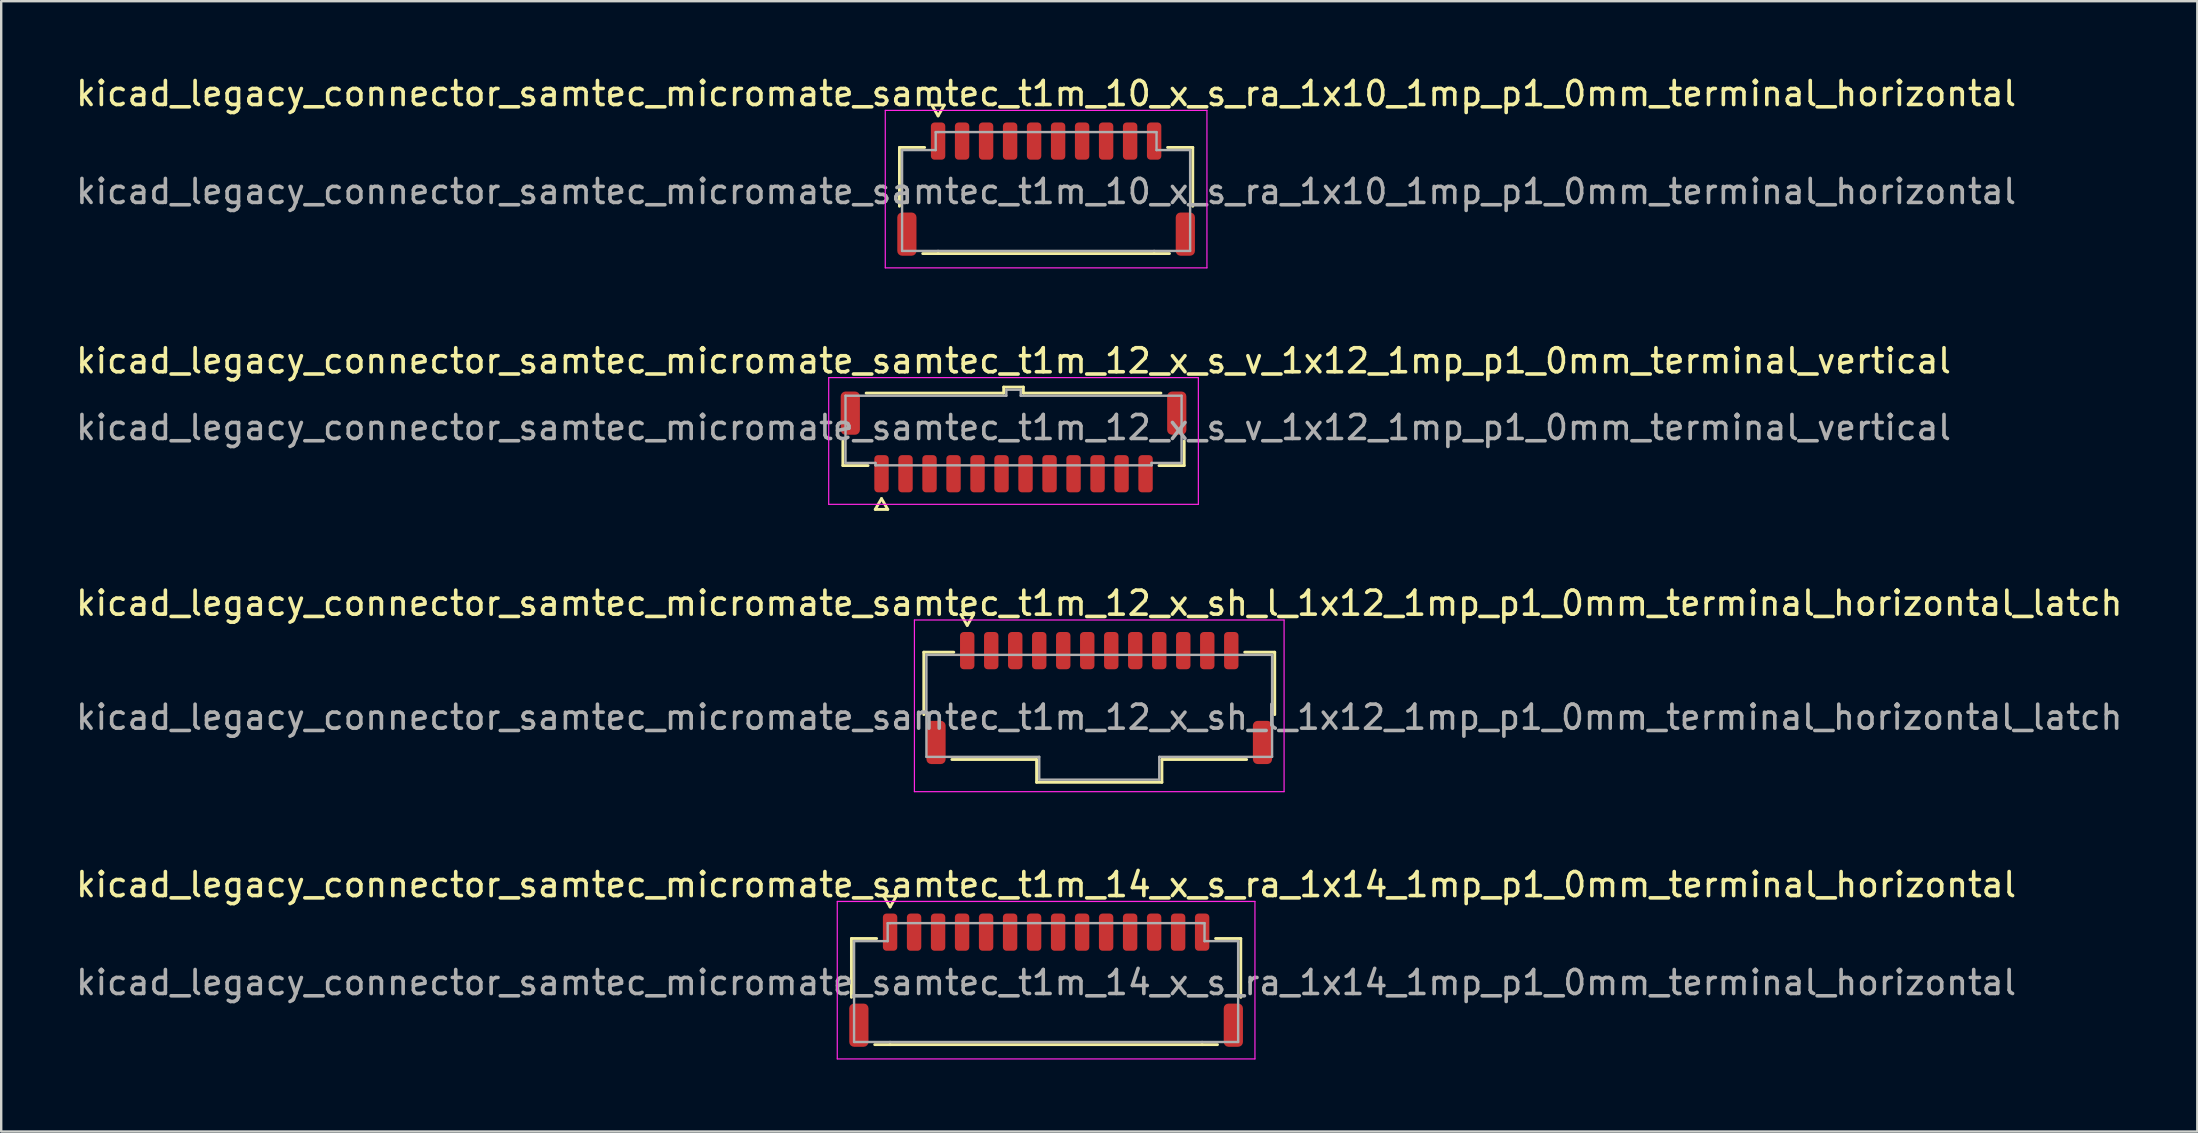
<source format=kicad_pcb>
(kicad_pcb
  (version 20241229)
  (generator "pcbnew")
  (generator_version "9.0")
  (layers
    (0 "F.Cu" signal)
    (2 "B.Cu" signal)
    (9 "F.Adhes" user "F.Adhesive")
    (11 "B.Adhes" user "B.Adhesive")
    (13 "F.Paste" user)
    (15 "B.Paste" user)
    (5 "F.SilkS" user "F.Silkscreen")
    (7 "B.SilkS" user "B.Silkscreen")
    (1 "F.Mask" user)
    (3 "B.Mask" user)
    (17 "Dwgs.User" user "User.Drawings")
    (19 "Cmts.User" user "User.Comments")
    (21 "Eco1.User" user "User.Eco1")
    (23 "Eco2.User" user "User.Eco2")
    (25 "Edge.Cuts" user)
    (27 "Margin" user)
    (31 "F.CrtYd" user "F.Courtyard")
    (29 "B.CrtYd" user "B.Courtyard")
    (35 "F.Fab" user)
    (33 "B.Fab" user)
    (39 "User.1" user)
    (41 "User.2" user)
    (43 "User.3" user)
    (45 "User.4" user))
  (footprint "kicad_legacy_connector_samtec_micromate_samtec_t1m_12_x_s_v_1x12_1mp_p1_0mm_terminal_vertical"
    (layer "F.Cu")
    (at 39.173 14.761)
    (property "Reference" "kicad_legacy_connector_samtec_micromate_samtec_t1m_12_x_s_v_1x12_1mp_p1_0mm_terminal_vertical" (at 0 -2.78 0) (layer "F.SilkS") (effects (font (size 1 1) (thickness 0.15))))
    (attr smd)
    (fp_line (start -7.11 1.585) (end -7.11 0.56) (stroke (width 0.12) (type solid)) (layer "F.SilkS"))
    (fp_line (start -6.14 -1.435) (end -0.41 -1.435) (stroke (width 0.12) (type solid)) (layer "F.SilkS"))
    (fp_line (start -6.06 1.585) (end -7.11 1.585) (stroke (width 0.12) (type solid)) (layer "F.SilkS"))
    (fp_line (start -5.76 3.41) (end -5.5 2.96) (stroke (width 0.12) (type solid)) (layer "F.SilkS"))
    (fp_line (start -5.5 2.96) (end -5.24 3.41) (stroke (width 0.12) (type solid)) (layer "F.SilkS"))
    (fp_line (start -5.24 3.41) (end -5.76 3.41) (stroke (width 0.12) (type solid)) (layer "F.SilkS"))
    (fp_line (start -0.41 -1.685) (end 0.41 -1.685) (stroke (width 0.12) (type solid)) (layer "F.SilkS"))
    (fp_line (start -0.41 -1.435) (end -0.41 -1.685) (stroke (width 0.12) (type solid)) (layer "F.SilkS"))
    (fp_line (start 0.41 -1.685) (end 0.41 -1.435) (stroke (width 0.12) (type solid)) (layer "F.SilkS"))
    (fp_line (start 0.41 -1.435) (end 6.14 -1.435) (stroke (width 0.12) (type solid)) (layer "F.SilkS"))
    (fp_line (start 7.11 0.56) (end 7.11 1.585) (stroke (width 0.12) (type solid)) (layer "F.SilkS"))
    (fp_line (start 7.11 1.585) (end 6.06 1.585) (stroke (width 0.12) (type solid)) (layer "F.SilkS"))
    (fp_line (start -7.7 -2.08) (end -7.7 3.2) (stroke (width 0.05) (type solid)) (layer "F.CrtYd"))
    (fp_line (start -7.7 3.2) (end 7.7 3.2) (stroke (width 0.05) (type solid)) (layer "F.CrtYd"))
    (fp_line (start 7.7 -2.08) (end -7.7 -2.08) (stroke (width 0.05) (type solid)) (layer "F.CrtYd"))
    (fp_line (start 7.7 3.2) (end 7.7 -2.08) (stroke (width 0.05) (type solid)) (layer "F.CrtYd"))
    (fp_line (start -7 -1.325) (end -0.3 -1.325) (stroke (width 0.1) (type solid)) (layer "F.Fab"))
    (fp_line (start -7 1.475) (end -7 -1.325) (stroke (width 0.1) (type solid)) (layer "F.Fab"))
    (fp_line (start -5.75 1.475) (end -7 1.475) (stroke (width 0.1) (type solid)) (layer "F.Fab"))
    (fp_line (start -5.75 1.575) (end -5.75 1.475) (stroke (width 0.1) (type solid)) (layer "F.Fab"))
    (fp_line (start -0.3 -1.575) (end 0.3 -1.575) (stroke (width 0.1) (type solid)) (layer "F.Fab"))
    (fp_line (start -0.3 -1.325) (end -0.3 -1.575) (stroke (width 0.1) (type solid)) (layer "F.Fab"))
    (fp_line (start 0.3 -1.575) (end 0.3 -1.325) (stroke (width 0.1) (type solid)) (layer "F.Fab"))
    (fp_line (start 0.3 -1.325) (end 7 -1.325) (stroke (width 0.1) (type solid)) (layer "F.Fab"))
    (fp_line (start 5.75 1.475) (end 5.75 1.575) (stroke (width 0.1) (type solid)) (layer "F.Fab"))
    (fp_line (start 5.75 1.575) (end -5.75 1.575) (stroke (width 0.1) (type solid)) (layer "F.Fab"))
    (fp_line (start 7 -1.325) (end 7 1.475) (stroke (width 0.1) (type solid)) (layer "F.Fab"))
    (fp_line (start 7 1.475) (end 5.75 1.475) (stroke (width 0.1) (type solid)) (layer "F.Fab"))
    (fp_text user "${REFERENCE}" (at 0 0 0) (layer "F.Fab") (effects (font (size 1 1) (thickness 0.15))))
    (pad "1" smd roundrect (at -5.5 1.925) (size 0.6 1.55) (layers "F.Cu" "F.Mask" "F.Paste") (roundrect_rratio 0.25))
    (pad "2" smd roundrect (at -4.5 1.925) (size 0.6 1.55) (layers "F.Cu" "F.Mask" "F.Paste") (roundrect_rratio 0.25))
    (pad "3" smd roundrect (at -3.5 1.925) (size 0.6 1.55) (layers "F.Cu" "F.Mask" "F.Paste") (roundrect_rratio 0.25))
    (pad "4" smd roundrect (at -2.5 1.925) (size 0.6 1.55) (layers "F.Cu" "F.Mask" "F.Paste") (roundrect_rratio 0.25))
    (pad "5" smd roundrect (at -1.5 1.925) (size 0.6 1.55) (layers "F.Cu" "F.Mask" "F.Paste") (roundrect_rratio 0.25))
    (pad "6" smd roundrect (at -0.5 1.925) (size 0.6 1.55) (layers "F.Cu" "F.Mask" "F.Paste") (roundrect_rratio 0.25))
    (pad "7" smd roundrect (at 0.5 1.925) (size 0.6 1.55) (layers "F.Cu" "F.Mask" "F.Paste") (roundrect_rratio 0.25))
    (pad "8" smd roundrect (at 1.5 1.925) (size 0.6 1.55) (layers "F.Cu" "F.Mask" "F.Paste") (roundrect_rratio 0.25))
    (pad "9" smd roundrect (at 2.5 1.925) (size 0.6 1.55) (layers "F.Cu" "F.Mask" "F.Paste") (roundrect_rratio 0.25))
    (pad "10" smd roundrect (at 3.5 1.925) (size 0.6 1.55) (layers "F.Cu" "F.Mask" "F.Paste") (roundrect_rratio 0.25))
    (pad "11" smd roundrect (at 4.5 1.925) (size 0.6 1.55) (layers "F.Cu" "F.Mask" "F.Paste") (roundrect_rratio 0.25))
    (pad "12" smd roundrect (at 5.5 1.925) (size 0.6 1.55) (layers "F.Cu" "F.Mask" "F.Paste") (roundrect_rratio 0.25))
    (pad "MP" smd roundrect (at -6.8 -0.6) (size 0.8 1.8) (layers "F.Cu" "F.Mask" "F.Paste") (roundrect_rratio 0.25))
    (pad "MP" smd roundrect (at 6.8 -0.6) (size 0.8 1.8) (layers "F.Cu" "F.Mask" "F.Paste") (roundrect_rratio 0.25)))
  (footprint "kicad_legacy_connector_samtec_micromate_samtec_t1m_14_x_s_ra_1x14_1mp_p1_0mm_terminal_horizontal"
    (layer "F.Cu")
    (at 40.53 37.883)
    (property "Reference" "kicad_legacy_connector_samtec_micromate_samtec_t1m_14_x_s_ra_1x14_1mp_p1_0mm_terminal_horizontal" (at 0 -4.08 0) (layer "F.SilkS") (effects (font (size 1 1) (thickness 0.15))))
    (attr smd)
    (fp_line (start -8.11 -1.835) (end -7.06 -1.835) (stroke (width 0.12) (type solid)) (layer "F.SilkS"))
    (fp_line (start -8.11 0.615) (end -8.11 -1.835) (stroke (width 0.12) (type solid)) (layer "F.SilkS"))
    (fp_line (start -6.76 -3.6) (end -6.5 -3.15) (stroke (width 0.12) (type solid)) (layer "F.SilkS"))
    (fp_line (start -6.5 -3.15) (end -6.24 -3.6) (stroke (width 0.12) (type solid)) (layer "F.SilkS"))
    (fp_line (start -6.5 2.585) (end -7.14 2.585) (stroke (width 0.12) (type solid)) (layer "F.SilkS"))
    (fp_line (start -6.24 -3.6) (end -6.76 -3.6) (stroke (width 0.12) (type solid)) (layer "F.SilkS"))
    (fp_line (start 6.5 2.585) (end -6.5 2.585) (stroke (width 0.12) (type solid)) (layer "F.SilkS"))
    (fp_line (start 7.06 -1.835) (end 8.11 -1.835) (stroke (width 0.12) (type solid)) (layer "F.SilkS"))
    (fp_line (start 7.14 2.585) (end 6.5 2.585) (stroke (width 0.12) (type solid)) (layer "F.SilkS"))
    (fp_line (start 8.11 -1.835) (end 8.11 0.615) (stroke (width 0.12) (type solid)) (layer "F.SilkS"))
    (fp_line (start -8.7 -3.38) (end -8.7 3.18) (stroke (width 0.05) (type solid)) (layer "F.CrtYd"))
    (fp_line (start -8.7 3.18) (end 8.7 3.18) (stroke (width 0.05) (type solid)) (layer "F.CrtYd"))
    (fp_line (start 8.7 -3.38) (end -8.7 -3.38) (stroke (width 0.05) (type solid)) (layer "F.CrtYd"))
    (fp_line (start 8.7 3.18) (end 8.7 -3.38) (stroke (width 0.05) (type solid)) (layer "F.CrtYd"))
    (fp_line (start -8 -1.725) (end -6.6 -1.725) (stroke (width 0.1) (type solid)) (layer "F.Fab"))
    (fp_line (start -8 2.475) (end -8 -1.725) (stroke (width 0.1) (type solid)) (layer "F.Fab"))
    (fp_line (start -6.6 -2.475) (end -6.5 -2.475) (stroke (width 0.1) (type solid)) (layer "F.Fab"))
    (fp_line (start -6.6 -1.725) (end -6.6 -2.475) (stroke (width 0.1) (type solid)) (layer "F.Fab"))
    (fp_line (start -6.5 -2.475) (end 6.5 -2.475) (stroke (width 0.1) (type solid)) (layer "F.Fab"))
    (fp_line (start -6.5 2.475) (end -8 2.475) (stroke (width 0.1) (type solid)) (layer "F.Fab"))
    (fp_line (start 6.5 -2.475) (end 6.6 -2.475) (stroke (width 0.1) (type solid)) (layer "F.Fab"))
    (fp_line (start 6.5 2.475) (end -6.5 2.475) (stroke (width 0.1) (type solid)) (layer "F.Fab"))
    (fp_line (start 6.6 -2.475) (end 6.6 -1.725) (stroke (width 0.1) (type solid)) (layer "F.Fab"))
    (fp_line (start 6.6 -1.725) (end 8 -1.725) (stroke (width 0.1) (type solid)) (layer "F.Fab"))
    (fp_line (start 8 -1.725) (end 8 2.475) (stroke (width 0.1) (type solid)) (layer "F.Fab"))
    (fp_line (start 8 2.475) (end 6.5 2.475) (stroke (width 0.1) (type solid)) (layer "F.Fab"))
    (fp_text user "${REFERENCE}" (at 0 0 0) (layer "F.Fab") (effects (font (size 1 1) (thickness 0.15))))
    (pad "1" smd roundrect (at -6.5 -2.1) (size 0.6 1.55) (layers "F.Cu" "F.Mask" "F.Paste") (roundrect_rratio 0.25))
    (pad "2" smd roundrect (at -5.5 -2.1) (size 0.6 1.55) (layers "F.Cu" "F.Mask" "F.Paste") (roundrect_rratio 0.25))
    (pad "3" smd roundrect (at -4.5 -2.1) (size 0.6 1.55) (layers "F.Cu" "F.Mask" "F.Paste") (roundrect_rratio 0.25))
    (pad "4" smd roundrect (at -3.5 -2.1) (size 0.6 1.55) (layers "F.Cu" "F.Mask" "F.Paste") (roundrect_rratio 0.25))
    (pad "5" smd roundrect (at -2.5 -2.1) (size 0.6 1.55) (layers "F.Cu" "F.Mask" "F.Paste") (roundrect_rratio 0.25))
    (pad "6" smd roundrect (at -1.5 -2.1) (size 0.6 1.55) (layers "F.Cu" "F.Mask" "F.Paste") (roundrect_rratio 0.25))
    (pad "7" smd roundrect (at -0.5 -2.1) (size 0.6 1.55) (layers "F.Cu" "F.Mask" "F.Paste") (roundrect_rratio 0.25))
    (pad "8" smd roundrect (at 0.5 -2.1) (size 0.6 1.55) (layers "F.Cu" "F.Mask" "F.Paste") (roundrect_rratio 0.25))
    (pad "9" smd roundrect (at 1.5 -2.1) (size 0.6 1.55) (layers "F.Cu" "F.Mask" "F.Paste") (roundrect_rratio 0.25))
    (pad "10" smd roundrect (at 2.5 -2.1) (size 0.6 1.55) (layers "F.Cu" "F.Mask" "F.Paste") (roundrect_rratio 0.25))
    (pad "11" smd roundrect (at 3.5 -2.1) (size 0.6 1.55) (layers "F.Cu" "F.Mask" "F.Paste") (roundrect_rratio 0.25))
    (pad "12" smd roundrect (at 4.5 -2.1) (size 0.6 1.55) (layers "F.Cu" "F.Mask" "F.Paste") (roundrect_rratio 0.25))
    (pad "13" smd roundrect (at 5.5 -2.1) (size 0.6 1.55) (layers "F.Cu" "F.Mask" "F.Paste") (roundrect_rratio 0.25))
    (pad "14" smd roundrect (at 6.5 -2.1) (size 0.6 1.55) (layers "F.Cu" "F.Mask" "F.Paste") (roundrect_rratio 0.25))
    (pad "MP" smd roundrect (at -7.8 1.775) (size 0.8 1.8) (layers "F.Cu" "F.Mask" "F.Paste") (roundrect_rratio 0.25))
    (pad "MP" smd roundrect (at 7.8 1.775) (size 0.8 1.8) (layers "F.Cu" "F.Mask" "F.Paste") (roundrect_rratio 0.25)))
  (footprint "kicad_legacy_connector_samtec_micromate_samtec_t1m_10_x_s_ra_1x10_1mp_p1_0mm_terminal_horizontal"
    (layer "F.Cu")
    (at 40.53 4.928)
    (property "Reference" "kicad_legacy_connector_samtec_micromate_samtec_t1m_10_x_s_ra_1x10_1mp_p1_0mm_terminal_horizontal" (at 0 -4.08 0) (layer "F.SilkS") (effects (font (size 1 1) (thickness 0.15))))
    (attr smd)
    (fp_line (start -6.11 -1.835) (end -5.06 -1.835) (stroke (width 0.12) (type solid)) (layer "F.SilkS"))
    (fp_line (start -6.11 0.615) (end -6.11 -1.835) (stroke (width 0.12) (type solid)) (layer "F.SilkS"))
    (fp_line (start -4.76 -3.6) (end -4.5 -3.15) (stroke (width 0.12) (type solid)) (layer "F.SilkS"))
    (fp_line (start -4.5 -3.15) (end -4.24 -3.6) (stroke (width 0.12) (type solid)) (layer "F.SilkS"))
    (fp_line (start -4.5 2.585) (end -5.14 2.585) (stroke (width 0.12) (type solid)) (layer "F.SilkS"))
    (fp_line (start -4.24 -3.6) (end -4.76 -3.6) (stroke (width 0.12) (type solid)) (layer "F.SilkS"))
    (fp_line (start 4.5 2.585) (end -4.5 2.585) (stroke (width 0.12) (type solid)) (layer "F.SilkS"))
    (fp_line (start 5.06 -1.835) (end 6.11 -1.835) (stroke (width 0.12) (type solid)) (layer "F.SilkS"))
    (fp_line (start 5.14 2.585) (end 4.5 2.585) (stroke (width 0.12) (type solid)) (layer "F.SilkS"))
    (fp_line (start 6.11 -1.835) (end 6.11 0.615) (stroke (width 0.12) (type solid)) (layer "F.SilkS"))
    (fp_line (start -6.7 -3.38) (end -6.7 3.18) (stroke (width 0.05) (type solid)) (layer "F.CrtYd"))
    (fp_line (start -6.7 3.18) (end 6.7 3.18) (stroke (width 0.05) (type solid)) (layer "F.CrtYd"))
    (fp_line (start 6.7 -3.38) (end -6.7 -3.38) (stroke (width 0.05) (type solid)) (layer "F.CrtYd"))
    (fp_line (start 6.7 3.18) (end 6.7 -3.38) (stroke (width 0.05) (type solid)) (layer "F.CrtYd"))
    (fp_line (start -6 -1.725) (end -4.6 -1.725) (stroke (width 0.1) (type solid)) (layer "F.Fab"))
    (fp_line (start -6 2.475) (end -6 -1.725) (stroke (width 0.1) (type solid)) (layer "F.Fab"))
    (fp_line (start -4.6 -2.475) (end -4.5 -2.475) (stroke (width 0.1) (type solid)) (layer "F.Fab"))
    (fp_line (start -4.6 -1.725) (end -4.6 -2.475) (stroke (width 0.1) (type solid)) (layer "F.Fab"))
    (fp_line (start -4.5 -2.475) (end 4.5 -2.475) (stroke (width 0.1) (type solid)) (layer "F.Fab"))
    (fp_line (start -4.5 2.475) (end -6 2.475) (stroke (width 0.1) (type solid)) (layer "F.Fab"))
    (fp_line (start 4.5 -2.475) (end 4.6 -2.475) (stroke (width 0.1) (type solid)) (layer "F.Fab"))
    (fp_line (start 4.5 2.475) (end -4.5 2.475) (stroke (width 0.1) (type solid)) (layer "F.Fab"))
    (fp_line (start 4.6 -2.475) (end 4.6 -1.725) (stroke (width 0.1) (type solid)) (layer "F.Fab"))
    (fp_line (start 4.6 -1.725) (end 6 -1.725) (stroke (width 0.1) (type solid)) (layer "F.Fab"))
    (fp_line (start 6 -1.725) (end 6 2.475) (stroke (width 0.1) (type solid)) (layer "F.Fab"))
    (fp_line (start 6 2.475) (end 4.5 2.475) (stroke (width 0.1) (type solid)) (layer "F.Fab"))
    (fp_text user "${REFERENCE}" (at 0 0 0) (layer "F.Fab") (effects (font (size 1 1) (thickness 0.15))))
    (pad "1" smd roundrect (at -4.5 -2.1) (size 0.6 1.55) (layers "F.Cu" "F.Mask" "F.Paste") (roundrect_rratio 0.25))
    (pad "2" smd roundrect (at -3.5 -2.1) (size 0.6 1.55) (layers "F.Cu" "F.Mask" "F.Paste") (roundrect_rratio 0.25))
    (pad "3" smd roundrect (at -2.5 -2.1) (size 0.6 1.55) (layers "F.Cu" "F.Mask" "F.Paste") (roundrect_rratio 0.25))
    (pad "4" smd roundrect (at -1.5 -2.1) (size 0.6 1.55) (layers "F.Cu" "F.Mask" "F.Paste") (roundrect_rratio 0.25))
    (pad "5" smd roundrect (at -0.5 -2.1) (size 0.6 1.55) (layers "F.Cu" "F.Mask" "F.Paste") (roundrect_rratio 0.25))
    (pad "6" smd roundrect (at 0.5 -2.1) (size 0.6 1.55) (layers "F.Cu" "F.Mask" "F.Paste") (roundrect_rratio 0.25))
    (pad "7" smd roundrect (at 1.5 -2.1) (size 0.6 1.55) (layers "F.Cu" "F.Mask" "F.Paste") (roundrect_rratio 0.25))
    (pad "8" smd roundrect (at 2.5 -2.1) (size 0.6 1.55) (layers "F.Cu" "F.Mask" "F.Paste") (roundrect_rratio 0.25))
    (pad "9" smd roundrect (at 3.5 -2.1) (size 0.6 1.55) (layers "F.Cu" "F.Mask" "F.Paste") (roundrect_rratio 0.25))
    (pad "10" smd roundrect (at 4.5 -2.1) (size 0.6 1.55) (layers "F.Cu" "F.Mask" "F.Paste") (roundrect_rratio 0.25))
    (pad "MP" smd roundrect (at -5.8 1.775) (size 0.8 1.8) (layers "F.Cu" "F.Mask" "F.Paste") (roundrect_rratio 0.25))
    (pad "MP" smd roundrect (at 5.8 1.775) (size 0.8 1.8) (layers "F.Cu" "F.Mask" "F.Paste") (roundrect_rratio 0.25)))
  (footprint "kicad_legacy_connector_samtec_micromate_samtec_t1m_12_x_sh_l_1x12_1mp_p1_0mm_terminal_horizontal_latch"
    (layer "F.Cu")
    (at 42.744 26.83)
    (property "Reference" "kicad_legacy_connector_samtec_micromate_samtec_t1m_12_x_sh_l_1x12_1mp_p1_0mm_terminal_horizontal_latch" (at 0 -4.75 0) (layer "F.SilkS") (effects (font (size 1 1) (thickness 0.15))))
    (attr smd)
    (fp_line (start -7.31 -2.71) (end -6.06 -2.71) (stroke (width 0.12) (type solid)) (layer "F.SilkS"))
    (fp_line (start -7.31 -0.11) (end -7.31 -2.71) (stroke (width 0.12) (type solid)) (layer "F.SilkS"))
    (fp_line (start -5.76 -4.275) (end -5.5 -3.825) (stroke (width 0.12) (type solid)) (layer "F.SilkS"))
    (fp_line (start -5.5 -3.825) (end -5.24 -4.275) (stroke (width 0.12) (type solid)) (layer "F.SilkS"))
    (fp_line (start -5.24 -4.275) (end -5.76 -4.275) (stroke (width 0.12) (type solid)) (layer "F.SilkS"))
    (fp_line (start -2.61 1.76) (end -6.14 1.76) (stroke (width 0.12) (type solid)) (layer "F.SilkS"))
    (fp_line (start -2.61 2.71) (end -2.61 1.76) (stroke (width 0.12) (type solid)) (layer "F.SilkS"))
    (fp_line (start 2.61 1.76) (end 2.61 2.71) (stroke (width 0.12) (type solid)) (layer "F.SilkS"))
    (fp_line (start 2.61 2.71) (end -2.61 2.71) (stroke (width 0.12) (type solid)) (layer "F.SilkS"))
    (fp_line (start 6.06 -2.71) (end 7.31 -2.71) (stroke (width 0.12) (type solid)) (layer "F.SilkS"))
    (fp_line (start 6.14 1.76) (end 2.61 1.76) (stroke (width 0.12) (type solid)) (layer "F.SilkS"))
    (fp_line (start 7.31 -2.71) (end 7.31 -0.11) (stroke (width 0.12) (type solid)) (layer "F.SilkS"))
    (fp_line (start -7.7 -4.05) (end -7.7 3.1) (stroke (width 0.05) (type solid)) (layer "F.CrtYd"))
    (fp_line (start -7.7 3.1) (end 7.7 3.1) (stroke (width 0.05) (type solid)) (layer "F.CrtYd"))
    (fp_line (start 7.7 -4.05) (end -7.7 -4.05) (stroke (width 0.05) (type solid)) (layer "F.CrtYd"))
    (fp_line (start 7.7 3.1) (end 7.7 -4.05) (stroke (width 0.05) (type solid)) (layer "F.CrtYd"))
    (fp_line (start -7.2 -2.6) (end 7.2 -2.6) (stroke (width 0.1) (type solid)) (layer "F.Fab"))
    (fp_line (start -7.2 1.65) (end -7.2 -2.6) (stroke (width 0.1) (type solid)) (layer "F.Fab"))
    (fp_line (start -2.5 1.65) (end -7.2 1.65) (stroke (width 0.1) (type solid)) (layer "F.Fab"))
    (fp_line (start -2.5 2.6) (end -2.5 1.65) (stroke (width 0.1) (type solid)) (layer "F.Fab"))
    (fp_line (start 2.5 1.65) (end 2.5 2.6) (stroke (width 0.1) (type solid)) (layer "F.Fab"))
    (fp_line (start 2.5 2.6) (end -2.5 2.6) (stroke (width 0.1) (type solid)) (layer "F.Fab"))
    (fp_line (start 7.2 -2.6) (end 7.2 1.65) (stroke (width 0.1) (type solid)) (layer "F.Fab"))
    (fp_line (start 7.2 1.65) (end 2.5 1.65) (stroke (width 0.1) (type solid)) (layer "F.Fab"))
    (fp_text user "${REFERENCE}" (at 0 0 0) (layer "F.Fab") (effects (font (size 1 1) (thickness 0.15))))
    (pad "1" smd roundrect (at -5.5 -2.775) (size 0.6 1.55) (layers "F.Cu" "F.Mask" "F.Paste") (roundrect_rratio 0.25))
    (pad "2" smd roundrect (at -4.5 -2.775) (size 0.6 1.55) (layers "F.Cu" "F.Mask" "F.Paste") (roundrect_rratio 0.25))
    (pad "3" smd roundrect (at -3.5 -2.775) (size 0.6 1.55) (layers "F.Cu" "F.Mask" "F.Paste") (roundrect_rratio 0.25))
    (pad "4" smd roundrect (at -2.5 -2.775) (size 0.6 1.55) (layers "F.Cu" "F.Mask" "F.Paste") (roundrect_rratio 0.25))
    (pad "5" smd roundrect (at -1.5 -2.775) (size 0.6 1.55) (layers "F.Cu" "F.Mask" "F.Paste") (roundrect_rratio 0.25))
    (pad "6" smd roundrect (at -0.5 -2.775) (size 0.6 1.55) (layers "F.Cu" "F.Mask" "F.Paste") (roundrect_rratio 0.25))
    (pad "7" smd roundrect (at 0.5 -2.775) (size 0.6 1.55) (layers "F.Cu" "F.Mask" "F.Paste") (roundrect_rratio 0.25))
    (pad "8" smd roundrect (at 1.5 -2.775) (size 0.6 1.55) (layers "F.Cu" "F.Mask" "F.Paste") (roundrect_rratio 0.25))
    (pad "9" smd roundrect (at 2.5 -2.775) (size 0.6 1.55) (layers "F.Cu" "F.Mask" "F.Paste") (roundrect_rratio 0.25))
    (pad "10" smd roundrect (at 3.5 -2.775) (size 0.6 1.55) (layers "F.Cu" "F.Mask" "F.Paste") (roundrect_rratio 0.25))
    (pad "11" smd roundrect (at 4.5 -2.775) (size 0.6 1.55) (layers "F.Cu" "F.Mask" "F.Paste") (roundrect_rratio 0.25))
    (pad "12" smd roundrect (at 5.5 -2.775) (size 0.6 1.55) (layers "F.Cu" "F.Mask" "F.Paste") (roundrect_rratio 0.25))
    (pad "MP" smd roundrect (at -6.8 1.05) (size 0.8 1.8) (layers "F.Cu" "F.Mask" "F.Paste") (roundrect_rratio 0.25))
    (pad "MP" smd roundrect (at 6.8 1.05) (size 0.8 1.8) (layers "F.Cu" "F.Mask" "F.Paste") (roundrect_rratio 0.25)))
  (gr_rect
    (start -3 -3)
    (end 88.488 44.088)
    (stroke (width 0.1) (type default))
    (fill no)
    (layer "Edge.Cuts")))
</source>
